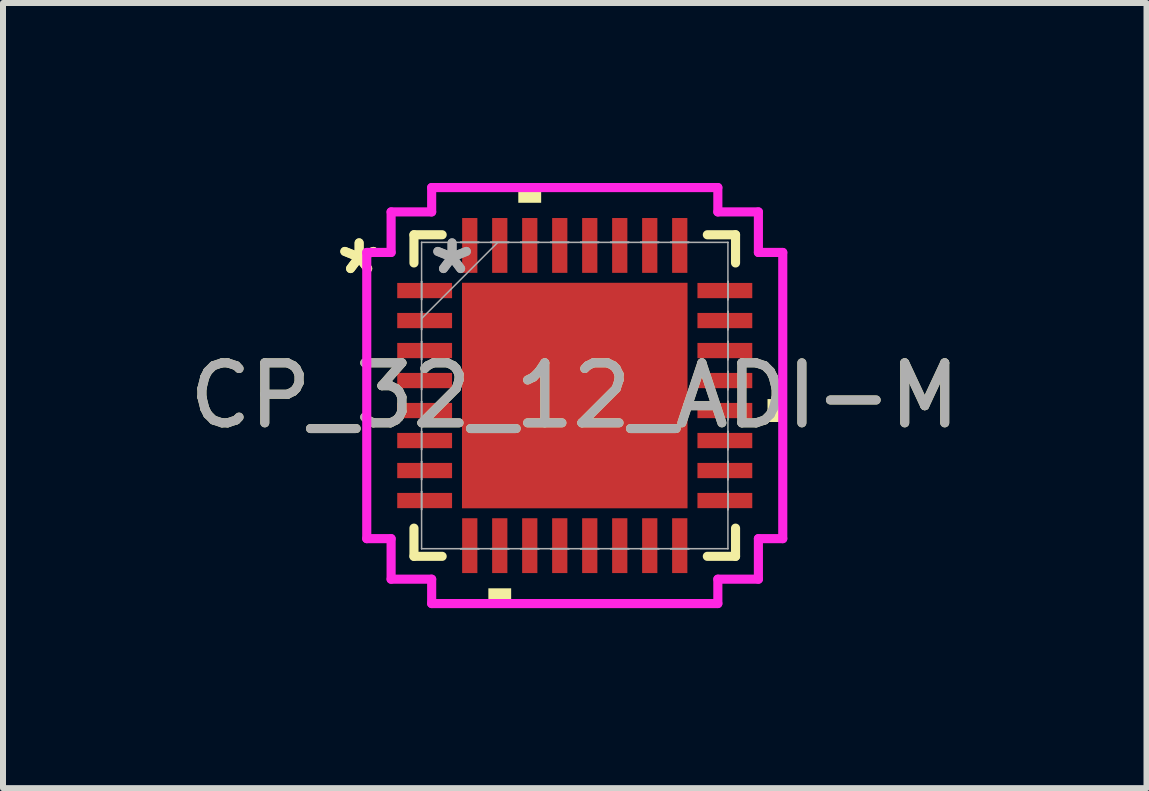
<source format=kicad_pcb>
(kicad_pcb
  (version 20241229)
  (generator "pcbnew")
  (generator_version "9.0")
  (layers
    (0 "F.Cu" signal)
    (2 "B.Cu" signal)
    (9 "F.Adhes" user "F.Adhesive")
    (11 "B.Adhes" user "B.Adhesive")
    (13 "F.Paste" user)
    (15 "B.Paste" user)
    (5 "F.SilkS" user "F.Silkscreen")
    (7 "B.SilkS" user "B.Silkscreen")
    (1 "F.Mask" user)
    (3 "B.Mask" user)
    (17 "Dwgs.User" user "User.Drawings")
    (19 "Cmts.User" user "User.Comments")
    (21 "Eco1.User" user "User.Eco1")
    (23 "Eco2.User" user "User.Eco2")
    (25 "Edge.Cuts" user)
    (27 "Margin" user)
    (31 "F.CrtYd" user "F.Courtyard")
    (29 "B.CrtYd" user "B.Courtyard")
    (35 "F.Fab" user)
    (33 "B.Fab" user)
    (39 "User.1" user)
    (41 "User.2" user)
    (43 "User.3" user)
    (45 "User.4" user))
  (footprint "CP_32_12_ADI-M"
    (layer "F.Cu")
    (at 6.53 3.543)
    (property "Reference" "CP_32_12_ADI-M" (at 0 0 0) (unlocked yes) (layer "F.SilkS") (effects (font (size 1 1) (thickness 0.15))))
    (attr smd)
    (fp_line (start -2.68 -2.68) (end -2.68 -2.21) (stroke (width 0.152) (type solid)) (layer "F.SilkS"))
    (fp_line (start -2.68 2.21) (end -2.68 2.68) (stroke (width 0.152) (type solid)) (layer "F.SilkS"))
    (fp_line (start -2.68 2.68) (end -2.21 2.68) (stroke (width 0.152) (type solid)) (layer "F.SilkS"))
    (fp_line (start -2.21 -2.68) (end -2.68 -2.68) (stroke (width 0.152) (type solid)) (layer "F.SilkS"))
    (fp_line (start 2.21 2.68) (end 2.68 2.68) (stroke (width 0.152) (type solid)) (layer "F.SilkS"))
    (fp_line (start 2.68 -2.68) (end 2.21 -2.68) (stroke (width 0.152) (type solid)) (layer "F.SilkS"))
    (fp_line (start 2.68 -2.21) (end 2.68 -2.68) (stroke (width 0.152) (type solid)) (layer "F.SilkS"))
    (fp_line (start 2.68 2.68) (end 2.68 2.21) (stroke (width 0.152) (type solid)) (layer "F.SilkS"))
    (fp_poly (pts (xy -1.44 3.213) (xy -1.44 3.467) (xy -1.06 3.467) (xy -1.06 3.213)) (stroke (width 0) (type solid)) (fill yes) (layer "F.SilkS"))
    (fp_poly (pts (xy -0.941 -3.213) (xy -0.941 -3.467) (xy -0.56 -3.467) (xy -0.56 -3.213)) (stroke (width 0) (type solid)) (fill yes) (layer "F.SilkS"))
    (fp_poly (pts (xy 3.467 0.059) (xy 3.467 0.441) (xy 3.213 0.441) (xy 3.213 0.059)) (stroke (width 0) (type solid)) (fill yes) (layer "F.SilkS"))
    (fp_poly (pts (xy -1.78 -1.78) (xy -1.78 -0.1) (xy -0.1 -0.1) (xy -0.1 -1.78)) (stroke (width 0) (type solid)) (fill yes) (layer "F.Paste"))
    (fp_poly (pts (xy -1.78 0.1) (xy -1.78 1.78) (xy -0.1 1.78) (xy -0.1 0.1)) (stroke (width 0) (type solid)) (fill yes) (layer "F.Paste"))
    (fp_poly (pts (xy 0.1 -1.78) (xy 0.1 -0.1) (xy 1.78 -0.1) (xy 1.78 -1.78)) (stroke (width 0) (type solid)) (fill yes) (layer "F.Paste"))
    (fp_poly (pts (xy 0.1 0.1) (xy 0.1 1.78) (xy 1.78 1.78) (xy 1.78 0.1)) (stroke (width 0) (type solid)) (fill yes) (layer "F.Paste"))
    (fp_line (start -3.467 -2.385) (end -3.061 -2.385) (stroke (width 0.152) (type solid)) (layer "F.CrtYd"))
    (fp_line (start -3.467 2.385) (end -3.467 -2.385) (stroke (width 0.152) (type solid)) (layer "F.CrtYd"))
    (fp_line (start -3.061 -3.061) (end -2.385 -3.061) (stroke (width 0.152) (type solid)) (layer "F.CrtYd"))
    (fp_line (start -3.061 -2.385) (end -3.061 -3.061) (stroke (width 0.152) (type solid)) (layer "F.CrtYd"))
    (fp_line (start -3.061 2.385) (end -3.467 2.385) (stroke (width 0.152) (type solid)) (layer "F.CrtYd"))
    (fp_line (start -3.061 3.061) (end -3.061 2.385) (stroke (width 0.152) (type solid)) (layer "F.CrtYd"))
    (fp_line (start -2.385 -3.467) (end 2.385 -3.467) (stroke (width 0.152) (type solid)) (layer "F.CrtYd"))
    (fp_line (start -2.385 -3.061) (end -2.385 -3.467) (stroke (width 0.152) (type solid)) (layer "F.CrtYd"))
    (fp_line (start -2.385 3.061) (end -3.061 3.061) (stroke (width 0.152) (type solid)) (layer "F.CrtYd"))
    (fp_line (start -2.385 3.467) (end -2.385 3.061) (stroke (width 0.152) (type solid)) (layer "F.CrtYd"))
    (fp_line (start 2.385 -3.467) (end 2.385 -3.061) (stroke (width 0.152) (type solid)) (layer "F.CrtYd"))
    (fp_line (start 2.385 -3.061) (end 3.061 -3.061) (stroke (width 0.152) (type solid)) (layer "F.CrtYd"))
    (fp_line (start 2.385 3.061) (end 2.385 3.467) (stroke (width 0.152) (type solid)) (layer "F.CrtYd"))
    (fp_line (start 2.385 3.467) (end -2.385 3.467) (stroke (width 0.152) (type solid)) (layer "F.CrtYd"))
    (fp_line (start 3.061 -3.061) (end 3.061 -2.385) (stroke (width 0.152) (type solid)) (layer "F.CrtYd"))
    (fp_line (start 3.061 -2.385) (end 3.467 -2.385) (stroke (width 0.152) (type solid)) (layer "F.CrtYd"))
    (fp_line (start 3.061 2.385) (end 3.061 3.061) (stroke (width 0.152) (type solid)) (layer "F.CrtYd"))
    (fp_line (start 3.061 3.061) (end 2.385 3.061) (stroke (width 0.152) (type solid)) (layer "F.CrtYd"))
    (fp_line (start 3.467 -2.385) (end 3.467 2.385) (stroke (width 0.152) (type solid)) (layer "F.CrtYd"))
    (fp_line (start 3.467 2.385) (end 3.061 2.385) (stroke (width 0.152) (type solid)) (layer "F.CrtYd"))
    (fp_line (start -2.553 -2.553) (end -2.553 -2.553) (stroke (width 0.025) (type solid)) (layer "F.Fab"))
    (fp_line (start -2.553 -2.553) (end -2.553 2.553) (stroke (width 0.025) (type solid)) (layer "F.Fab"))
    (fp_line (start -2.553 -1.902) (end -2.553 -1.902) (stroke (width 0.025) (type solid)) (layer "F.Fab"))
    (fp_line (start -2.553 -1.902) (end -2.553 -1.598) (stroke (width 0.025) (type solid)) (layer "F.Fab"))
    (fp_line (start -2.553 -1.598) (end -2.553 -1.902) (stroke (width 0.025) (type solid)) (layer "F.Fab"))
    (fp_line (start -2.553 -1.598) (end -2.553 -1.598) (stroke (width 0.025) (type solid)) (layer "F.Fab"))
    (fp_line (start -2.553 -1.402) (end -2.553 -1.402) (stroke (width 0.025) (type solid)) (layer "F.Fab"))
    (fp_line (start -2.553 -1.402) (end -2.553 -1.098) (stroke (width 0.025) (type solid)) (layer "F.Fab"))
    (fp_line (start -2.553 -1.283) (end -1.283 -2.553) (stroke (width 0.025) (type solid)) (layer "F.Fab"))
    (fp_line (start -2.553 -1.098) (end -2.553 -1.402) (stroke (width 0.025) (type solid)) (layer "F.Fab"))
    (fp_line (start -2.553 -1.098) (end -2.553 -1.098) (stroke (width 0.025) (type solid)) (layer "F.Fab"))
    (fp_line (start -2.553 -0.902) (end -2.553 -0.902) (stroke (width 0.025) (type solid)) (layer "F.Fab"))
    (fp_line (start -2.553 -0.902) (end -2.553 -0.598) (stroke (width 0.025) (type solid)) (layer "F.Fab"))
    (fp_line (start -2.553 -0.598) (end -2.553 -0.902) (stroke (width 0.025) (type solid)) (layer "F.Fab"))
    (fp_line (start -2.553 -0.598) (end -2.553 -0.598) (stroke (width 0.025) (type solid)) (layer "F.Fab"))
    (fp_line (start -2.553 -0.402) (end -2.553 -0.402) (stroke (width 0.025) (type solid)) (layer "F.Fab"))
    (fp_line (start -2.553 -0.402) (end -2.553 -0.098) (stroke (width 0.025) (type solid)) (layer "F.Fab"))
    (fp_line (start -2.553 -0.098) (end -2.553 -0.402) (stroke (width 0.025) (type solid)) (layer "F.Fab"))
    (fp_line (start -2.553 -0.098) (end -2.553 -0.098) (stroke (width 0.025) (type solid)) (layer "F.Fab"))
    (fp_line (start -2.553 0.098) (end -2.553 0.098) (stroke (width 0.025) (type solid)) (layer "F.Fab"))
    (fp_line (start -2.553 0.098) (end -2.553 0.402) (stroke (width 0.025) (type solid)) (layer "F.Fab"))
    (fp_line (start -2.553 0.402) (end -2.553 0.098) (stroke (width 0.025) (type solid)) (layer "F.Fab"))
    (fp_line (start -2.553 0.402) (end -2.553 0.402) (stroke (width 0.025) (type solid)) (layer "F.Fab"))
    (fp_line (start -2.553 0.598) (end -2.553 0.598) (stroke (width 0.025) (type solid)) (layer "F.Fab"))
    (fp_line (start -2.553 0.598) (end -2.553 0.902) (stroke (width 0.025) (type solid)) (layer "F.Fab"))
    (fp_line (start -2.553 0.902) (end -2.553 0.598) (stroke (width 0.025) (type solid)) (layer "F.Fab"))
    (fp_line (start -2.553 0.902) (end -2.553 0.902) (stroke (width 0.025) (type solid)) (layer "F.Fab"))
    (fp_line (start -2.553 1.098) (end -2.553 1.098) (stroke (width 0.025) (type solid)) (layer "F.Fab"))
    (fp_line (start -2.553 1.098) (end -2.553 1.402) (stroke (width 0.025) (type solid)) (layer "F.Fab"))
    (fp_line (start -2.553 1.402) (end -2.553 1.098) (stroke (width 0.025) (type solid)) (layer "F.Fab"))
    (fp_line (start -2.553 1.402) (end -2.553 1.402) (stroke (width 0.025) (type solid)) (layer "F.Fab"))
    (fp_line (start -2.553 1.598) (end -2.553 1.598) (stroke (width 0.025) (type solid)) (layer "F.Fab"))
    (fp_line (start -2.553 1.598) (end -2.553 1.902) (stroke (width 0.025) (type solid)) (layer "F.Fab"))
    (fp_line (start -2.553 1.902) (end -2.553 1.598) (stroke (width 0.025) (type solid)) (layer "F.Fab"))
    (fp_line (start -2.553 1.902) (end -2.553 1.902) (stroke (width 0.025) (type solid)) (layer "F.Fab"))
    (fp_line (start -2.553 2.553) (end -2.553 2.553) (stroke (width 0.025) (type solid)) (layer "F.Fab"))
    (fp_line (start -2.553 2.553) (end 2.553 2.553) (stroke (width 0.025) (type solid)) (layer "F.Fab"))
    (fp_line (start -1.902 -2.553) (end -1.902 -2.553) (stroke (width 0.025) (type solid)) (layer "F.Fab"))
    (fp_line (start -1.902 -2.553) (end -1.598 -2.553) (stroke (width 0.025) (type solid)) (layer "F.Fab"))
    (fp_line (start -1.902 2.553) (end -1.902 2.553) (stroke (width 0.025) (type solid)) (layer "F.Fab"))
    (fp_line (start -1.902 2.553) (end -1.598 2.553) (stroke (width 0.025) (type solid)) (layer "F.Fab"))
    (fp_line (start -1.598 -2.553) (end -1.902 -2.553) (stroke (width 0.025) (type solid)) (layer "F.Fab"))
    (fp_line (start -1.598 -2.553) (end -1.598 -2.553) (stroke (width 0.025) (type solid)) (layer "F.Fab"))
    (fp_line (start -1.598 2.553) (end -1.902 2.553) (stroke (width 0.025) (type solid)) (layer "F.Fab"))
    (fp_line (start -1.598 2.553) (end -1.598 2.553) (stroke (width 0.025) (type solid)) (layer "F.Fab"))
    (fp_line (start -1.402 -2.553) (end -1.402 -2.553) (stroke (width 0.025) (type solid)) (layer "F.Fab"))
    (fp_line (start -1.402 -2.553) (end -1.098 -2.553) (stroke (width 0.025) (type solid)) (layer "F.Fab"))
    (fp_line (start -1.402 2.553) (end -1.402 2.553) (stroke (width 0.025) (type solid)) (layer "F.Fab"))
    (fp_line (start -1.402 2.553) (end -1.098 2.553) (stroke (width 0.025) (type solid)) (layer "F.Fab"))
    (fp_line (start -1.098 -2.553) (end -1.402 -2.553) (stroke (width 0.025) (type solid)) (layer "F.Fab"))
    (fp_line (start -1.098 -2.553) (end -1.098 -2.553) (stroke (width 0.025) (type solid)) (layer "F.Fab"))
    (fp_line (start -1.098 2.553) (end -1.402 2.553) (stroke (width 0.025) (type solid)) (layer "F.Fab"))
    (fp_line (start -1.098 2.553) (end -1.098 2.553) (stroke (width 0.025) (type solid)) (layer "F.Fab"))
    (fp_line (start -0.902 -2.553) (end -0.902 -2.553) (stroke (width 0.025) (type solid)) (layer "F.Fab"))
    (fp_line (start -0.902 -2.553) (end -0.598 -2.553) (stroke (width 0.025) (type solid)) (layer "F.Fab"))
    (fp_line (start -0.902 2.553) (end -0.902 2.553) (stroke (width 0.025) (type solid)) (layer "F.Fab"))
    (fp_line (start -0.902 2.553) (end -0.598 2.553) (stroke (width 0.025) (type solid)) (layer "F.Fab"))
    (fp_line (start -0.598 -2.553) (end -0.902 -2.553) (stroke (width 0.025) (type solid)) (layer "F.Fab"))
    (fp_line (start -0.598 -2.553) (end -0.598 -2.553) (stroke (width 0.025) (type solid)) (layer "F.Fab"))
    (fp_line (start -0.598 2.553) (end -0.902 2.553) (stroke (width 0.025) (type solid)) (layer "F.Fab"))
    (fp_line (start -0.598 2.553) (end -0.598 2.553) (stroke (width 0.025) (type solid)) (layer "F.Fab"))
    (fp_line (start -0.402 -2.553) (end -0.402 -2.553) (stroke (width 0.025) (type solid)) (layer "F.Fab"))
    (fp_line (start -0.402 -2.553) (end -0.098 -2.553) (stroke (width 0.025) (type solid)) (layer "F.Fab"))
    (fp_line (start -0.402 2.553) (end -0.402 2.553) (stroke (width 0.025) (type solid)) (layer "F.Fab"))
    (fp_line (start -0.402 2.553) (end -0.098 2.553) (stroke (width 0.025) (type solid)) (layer "F.Fab"))
    (fp_line (start -0.098 -2.553) (end -0.402 -2.553) (stroke (width 0.025) (type solid)) (layer "F.Fab"))
    (fp_line (start -0.098 -2.553) (end -0.098 -2.553) (stroke (width 0.025) (type solid)) (layer "F.Fab"))
    (fp_line (start -0.098 2.553) (end -0.402 2.553) (stroke (width 0.025) (type solid)) (layer "F.Fab"))
    (fp_line (start -0.098 2.553) (end -0.098 2.553) (stroke (width 0.025) (type solid)) (layer "F.Fab"))
    (fp_line (start 0.098 -2.553) (end 0.098 -2.553) (stroke (width 0.025) (type solid)) (layer "F.Fab"))
    (fp_line (start 0.098 -2.553) (end 0.402 -2.553) (stroke (width 0.025) (type solid)) (layer "F.Fab"))
    (fp_line (start 0.098 2.553) (end 0.098 2.553) (stroke (width 0.025) (type solid)) (layer "F.Fab"))
    (fp_line (start 0.098 2.553) (end 0.402 2.553) (stroke (width 0.025) (type solid)) (layer "F.Fab"))
    (fp_line (start 0.402 -2.553) (end 0.098 -2.553) (stroke (width 0.025) (type solid)) (layer "F.Fab"))
    (fp_line (start 0.402 -2.553) (end 0.402 -2.553) (stroke (width 0.025) (type solid)) (layer "F.Fab"))
    (fp_line (start 0.402 2.553) (end 0.098 2.553) (stroke (width 0.025) (type solid)) (layer "F.Fab"))
    (fp_line (start 0.402 2.553) (end 0.402 2.553) (stroke (width 0.025) (type solid)) (layer "F.Fab"))
    (fp_line (start 0.598 -2.553) (end 0.598 -2.553) (stroke (width 0.025) (type solid)) (layer "F.Fab"))
    (fp_line (start 0.598 -2.553) (end 0.902 -2.553) (stroke (width 0.025) (type solid)) (layer "F.Fab"))
    (fp_line (start 0.598 2.553) (end 0.598 2.553) (stroke (width 0.025) (type solid)) (layer "F.Fab"))
    (fp_line (start 0.598 2.553) (end 0.902 2.553) (stroke (width 0.025) (type solid)) (layer "F.Fab"))
    (fp_line (start 0.902 -2.553) (end 0.598 -2.553) (stroke (width 0.025) (type solid)) (layer "F.Fab"))
    (fp_line (start 0.902 -2.553) (end 0.902 -2.553) (stroke (width 0.025) (type solid)) (layer "F.Fab"))
    (fp_line (start 0.902 2.553) (end 0.598 2.553) (stroke (width 0.025) (type solid)) (layer "F.Fab"))
    (fp_line (start 0.902 2.553) (end 0.902 2.553) (stroke (width 0.025) (type solid)) (layer "F.Fab"))
    (fp_line (start 1.098 -2.553) (end 1.098 -2.553) (stroke (width 0.025) (type solid)) (layer "F.Fab"))
    (fp_line (start 1.098 -2.553) (end 1.402 -2.553) (stroke (width 0.025) (type solid)) (layer "F.Fab"))
    (fp_line (start 1.098 2.553) (end 1.098 2.553) (stroke (width 0.025) (type solid)) (layer "F.Fab"))
    (fp_line (start 1.098 2.553) (end 1.402 2.553) (stroke (width 0.025) (type solid)) (layer "F.Fab"))
    (fp_line (start 1.402 -2.553) (end 1.098 -2.553) (stroke (width 0.025) (type solid)) (layer "F.Fab"))
    (fp_line (start 1.402 -2.553) (end 1.402 -2.553) (stroke (width 0.025) (type solid)) (layer "F.Fab"))
    (fp_line (start 1.402 2.553) (end 1.098 2.553) (stroke (width 0.025) (type solid)) (layer "F.Fab"))
    (fp_line (start 1.402 2.553) (end 1.402 2.553) (stroke (width 0.025) (type solid)) (layer "F.Fab"))
    (fp_line (start 1.598 -2.553) (end 1.598 -2.553) (stroke (width 0.025) (type solid)) (layer "F.Fab"))
    (fp_line (start 1.598 -2.553) (end 1.902 -2.553) (stroke (width 0.025) (type solid)) (layer "F.Fab"))
    (fp_line (start 1.598 2.553) (end 1.598 2.553) (stroke (width 0.025) (type solid)) (layer "F.Fab"))
    (fp_line (start 1.598 2.553) (end 1.902 2.553) (stroke (width 0.025) (type solid)) (layer "F.Fab"))
    (fp_line (start 1.902 -2.553) (end 1.598 -2.553) (stroke (width 0.025) (type solid)) (layer "F.Fab"))
    (fp_line (start 1.902 -2.553) (end 1.902 -2.553) (stroke (width 0.025) (type solid)) (layer "F.Fab"))
    (fp_line (start 1.902 2.553) (end 1.598 2.553) (stroke (width 0.025) (type solid)) (layer "F.Fab"))
    (fp_line (start 1.902 2.553) (end 1.902 2.553) (stroke (width 0.025) (type solid)) (layer "F.Fab"))
    (fp_line (start 2.553 -2.553) (end -2.553 -2.553) (stroke (width 0.025) (type solid)) (layer "F.Fab"))
    (fp_line (start 2.553 -2.553) (end 2.553 -2.553) (stroke (width 0.025) (type solid)) (layer "F.Fab"))
    (fp_line (start 2.553 -1.902) (end 2.553 -1.902) (stroke (width 0.025) (type solid)) (layer "F.Fab"))
    (fp_line (start 2.553 -1.902) (end 2.553 -1.598) (stroke (width 0.025) (type solid)) (layer "F.Fab"))
    (fp_line (start 2.553 -1.598) (end 2.553 -1.902) (stroke (width 0.025) (type solid)) (layer "F.Fab"))
    (fp_line (start 2.553 -1.598) (end 2.553 -1.598) (stroke (width 0.025) (type solid)) (layer "F.Fab"))
    (fp_line (start 2.553 -1.402) (end 2.553 -1.402) (stroke (width 0.025) (type solid)) (layer "F.Fab"))
    (fp_line (start 2.553 -1.402) (end 2.553 -1.098) (stroke (width 0.025) (type solid)) (layer "F.Fab"))
    (fp_line (start 2.553 -1.098) (end 2.553 -1.402) (stroke (width 0.025) (type solid)) (layer "F.Fab"))
    (fp_line (start 2.553 -1.098) (end 2.553 -1.098) (stroke (width 0.025) (type solid)) (layer "F.Fab"))
    (fp_line (start 2.553 -0.902) (end 2.553 -0.902) (stroke (width 0.025) (type solid)) (layer "F.Fab"))
    (fp_line (start 2.553 -0.902) (end 2.553 -0.598) (stroke (width 0.025) (type solid)) (layer "F.Fab"))
    (fp_line (start 2.553 -0.598) (end 2.553 -0.902) (stroke (width 0.025) (type solid)) (layer "F.Fab"))
    (fp_line (start 2.553 -0.598) (end 2.553 -0.598) (stroke (width 0.025) (type solid)) (layer "F.Fab"))
    (fp_line (start 2.553 -0.402) (end 2.553 -0.402) (stroke (width 0.025) (type solid)) (layer "F.Fab"))
    (fp_line (start 2.553 -0.402) (end 2.553 -0.098) (stroke (width 0.025) (type solid)) (layer "F.Fab"))
    (fp_line (start 2.553 -0.098) (end 2.553 -0.402) (stroke (width 0.025) (type solid)) (layer "F.Fab"))
    (fp_line (start 2.553 -0.098) (end 2.553 -0.098) (stroke (width 0.025) (type solid)) (layer "F.Fab"))
    (fp_line (start 2.553 0.098) (end 2.553 0.098) (stroke (width 0.025) (type solid)) (layer "F.Fab"))
    (fp_line (start 2.553 0.098) (end 2.553 0.402) (stroke (width 0.025) (type solid)) (layer "F.Fab"))
    (fp_line (start 2.553 0.402) (end 2.553 0.098) (stroke (width 0.025) (type solid)) (layer "F.Fab"))
    (fp_line (start 2.553 0.402) (end 2.553 0.402) (stroke (width 0.025) (type solid)) (layer "F.Fab"))
    (fp_line (start 2.553 0.598) (end 2.553 0.598) (stroke (width 0.025) (type solid)) (layer "F.Fab"))
    (fp_line (start 2.553 0.598) (end 2.553 0.902) (stroke (width 0.025) (type solid)) (layer "F.Fab"))
    (fp_line (start 2.553 0.902) (end 2.553 0.598) (stroke (width 0.025) (type solid)) (layer "F.Fab"))
    (fp_line (start 2.553 0.902) (end 2.553 0.902) (stroke (width 0.025) (type solid)) (layer "F.Fab"))
    (fp_line (start 2.553 1.098) (end 2.553 1.098) (stroke (width 0.025) (type solid)) (layer "F.Fab"))
    (fp_line (start 2.553 1.098) (end 2.553 1.402) (stroke (width 0.025) (type solid)) (layer "F.Fab"))
    (fp_line (start 2.553 1.402) (end 2.553 1.098) (stroke (width 0.025) (type solid)) (layer "F.Fab"))
    (fp_line (start 2.553 1.402) (end 2.553 1.402) (stroke (width 0.025) (type solid)) (layer "F.Fab"))
    (fp_line (start 2.553 1.598) (end 2.553 1.598) (stroke (width 0.025) (type solid)) (layer "F.Fab"))
    (fp_line (start 2.553 1.598) (end 2.553 1.902) (stroke (width 0.025) (type solid)) (layer "F.Fab"))
    (fp_line (start 2.553 1.902) (end 2.553 1.598) (stroke (width 0.025) (type solid)) (layer "F.Fab"))
    (fp_line (start 2.553 1.902) (end 2.553 1.902) (stroke (width 0.025) (type solid)) (layer "F.Fab"))
    (fp_line (start 2.553 2.553) (end 2.553 -2.553) (stroke (width 0.025) (type solid)) (layer "F.Fab"))
    (fp_line (start 2.553 2.553) (end 2.553 2.553) (stroke (width 0.025) (type solid)) (layer "F.Fab"))
    (fp_text user "*" (at -3.594 -2 0) (layer "F.SilkS") (effects (font (size 1 1) (thickness 0.15))))
    (fp_text user "*" (at -3.594 -2 0) (unlocked yes) (layer "F.SilkS") (effects (font (size 1 1) (thickness 0.15))))
    (fp_text user "*" (at -2.045 -2 0) (layer "F.Fab") (effects (font (size 1 1) (thickness 0.15))))
    (fp_text user "${REFERENCE}" (at 0 0 0) (unlocked yes) (layer "F.Fab") (effects (font (size 1 1) (thickness 0.15))))
    (fp_text user "*" (at -2.045 -2 0) (unlocked yes) (layer "F.Fab") (effects (font (size 1 1) (thickness 0.15))))
    (pad "1" smd rect (at -2.502 -1.75 90) (size 0.254 0.914) (layers "F.Cu" "F.Mask" "F.Paste"))
    (pad "2" smd rect (at -2.502 -1.25 90) (size 0.254 0.914) (layers "F.Cu" "F.Mask" "F.Paste"))
    (pad "3" smd rect (at -2.502 -0.75 90) (size 0.254 0.914) (layers "F.Cu" "F.Mask" "F.Paste"))
    (pad "4" smd rect (at -2.502 -0.25 90) (size 0.254 0.914) (layers "F.Cu" "F.Mask" "F.Paste"))
    (pad "5" smd rect (at -2.502 0.25 90) (size 0.254 0.914) (layers "F.Cu" "F.Mask" "F.Paste"))
    (pad "6" smd rect (at -2.502 0.75 90) (size 0.254 0.914) (layers "F.Cu" "F.Mask" "F.Paste"))
    (pad "7" smd rect (at -2.502 1.25 90) (size 0.254 0.914) (layers "F.Cu" "F.Mask" "F.Paste"))
    (pad "8" smd rect (at -2.502 1.75 90) (size 0.254 0.914) (layers "F.Cu" "F.Mask" "F.Paste"))
    (pad "9" smd rect (at -1.75 2.502) (size 0.254 0.914) (layers "F.Cu" "F.Mask" "F.Paste"))
    (pad "10" smd rect (at -1.25 2.502) (size 0.254 0.914) (layers "F.Cu" "F.Mask" "F.Paste"))
    (pad "11" smd rect (at -0.75 2.502) (size 0.254 0.914) (layers "F.Cu" "F.Mask" "F.Paste"))
    (pad "12" smd rect (at -0.25 2.502) (size 0.254 0.914) (layers "F.Cu" "F.Mask" "F.Paste"))
    (pad "13" smd rect (at 0.25 2.502) (size 0.254 0.914) (layers "F.Cu" "F.Mask" "F.Paste"))
    (pad "14" smd rect (at 0.75 2.502) (size 0.254 0.914) (layers "F.Cu" "F.Mask" "F.Paste"))
    (pad "15" smd rect (at 1.25 2.502) (size 0.254 0.914) (layers "F.Cu" "F.Mask" "F.Paste"))
    (pad "16" smd rect (at 1.75 2.502) (size 0.254 0.914) (layers "F.Cu" "F.Mask" "F.Paste"))
    (pad "17" smd rect (at 2.502 1.75 90) (size 0.254 0.914) (layers "F.Cu" "F.Mask" "F.Paste"))
    (pad "18" smd rect (at 2.502 1.25 90) (size 0.254 0.914) (layers "F.Cu" "F.Mask" "F.Paste"))
    (pad "19" smd rect (at 2.502 0.75 90) (size 0.254 0.914) (layers "F.Cu" "F.Mask" "F.Paste"))
    (pad "20" smd rect (at 2.502 0.25 90) (size 0.254 0.914) (layers "F.Cu" "F.Mask" "F.Paste"))
    (pad "21" smd rect (at 2.502 -0.25 90) (size 0.254 0.914) (layers "F.Cu" "F.Mask" "F.Paste"))
    (pad "22" smd rect (at 2.502 -0.75 90) (size 0.254 0.914) (layers "F.Cu" "F.Mask" "F.Paste"))
    (pad "23" smd rect (at 2.502 -1.25 90) (size 0.254 0.914) (layers "F.Cu" "F.Mask" "F.Paste"))
    (pad "24" smd rect (at 2.502 -1.75 90) (size 0.254 0.914) (layers "F.Cu" "F.Mask" "F.Paste"))
    (pad "25" smd rect (at 1.75 -2.502) (size 0.254 0.914) (layers "F.Cu" "F.Mask" "F.Paste"))
    (pad "26" smd rect (at 1.25 -2.502) (size 0.254 0.914) (layers "F.Cu" "F.Mask" "F.Paste"))
    (pad "27" smd rect (at 0.75 -2.502) (size 0.254 0.914) (layers "F.Cu" "F.Mask" "F.Paste"))
    (pad "28" smd rect (at 0.25 -2.502) (size 0.254 0.914) (layers "F.Cu" "F.Mask" "F.Paste"))
    (pad "29" smd rect (at -0.25 -2.502) (size 0.254 0.914) (layers "F.Cu" "F.Mask" "F.Paste"))
    (pad "30" smd rect (at -0.75 -2.502) (size 0.254 0.914) (layers "F.Cu" "F.Mask" "F.Paste"))
    (pad "31" smd rect (at -1.25 -2.502) (size 0.254 0.914) (layers "F.Cu" "F.Mask" "F.Paste"))
    (pad "32" smd rect (at -1.75 -2.502) (size 0.254 0.914) (layers "F.Cu" "F.Mask" "F.Paste"))
    (pad "33" smd rect (at 0 0) (size 3.759 3.759) (layers "F.Cu" "F.Mask")))
  (gr_rect
    (start -3 -3)
    (end 16.06 10.087)
    (stroke (width 0.1) (type default))
    (fill no)
    (layer "Edge.Cuts")))
</source>
